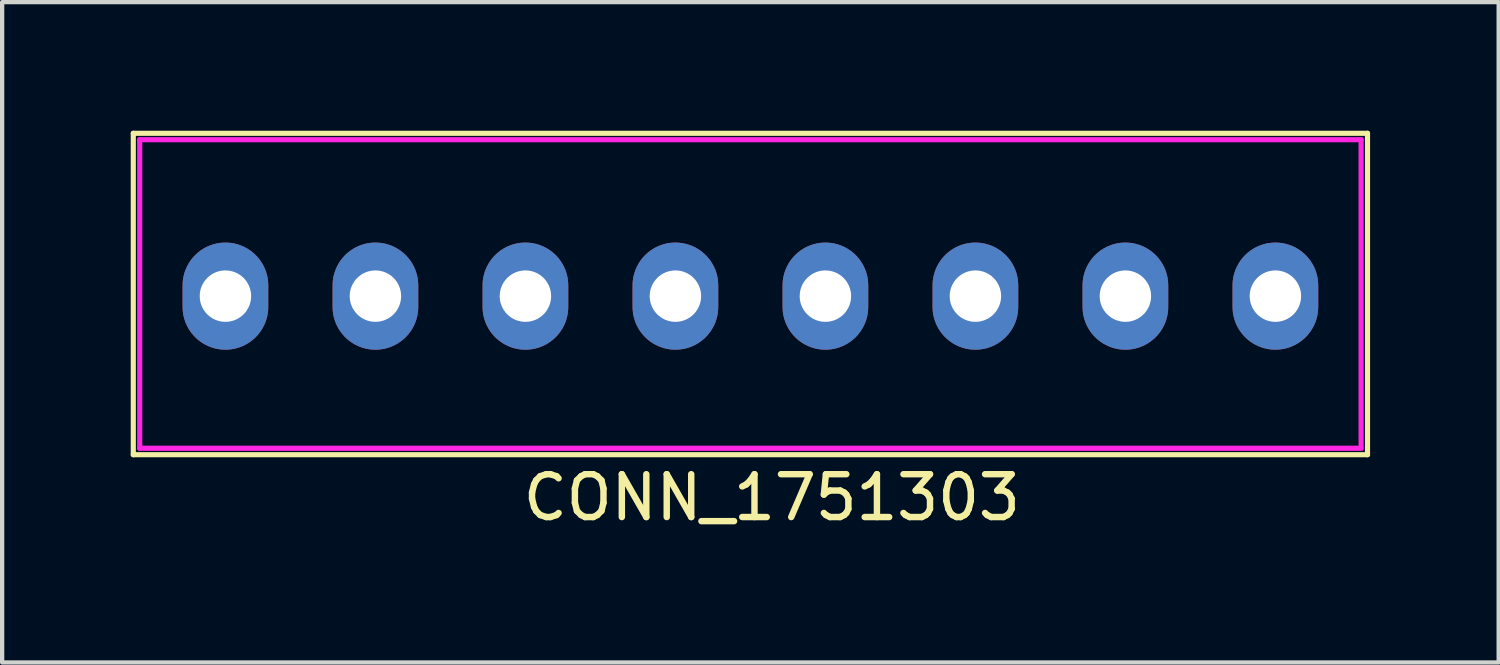
<source format=kicad_pcb>
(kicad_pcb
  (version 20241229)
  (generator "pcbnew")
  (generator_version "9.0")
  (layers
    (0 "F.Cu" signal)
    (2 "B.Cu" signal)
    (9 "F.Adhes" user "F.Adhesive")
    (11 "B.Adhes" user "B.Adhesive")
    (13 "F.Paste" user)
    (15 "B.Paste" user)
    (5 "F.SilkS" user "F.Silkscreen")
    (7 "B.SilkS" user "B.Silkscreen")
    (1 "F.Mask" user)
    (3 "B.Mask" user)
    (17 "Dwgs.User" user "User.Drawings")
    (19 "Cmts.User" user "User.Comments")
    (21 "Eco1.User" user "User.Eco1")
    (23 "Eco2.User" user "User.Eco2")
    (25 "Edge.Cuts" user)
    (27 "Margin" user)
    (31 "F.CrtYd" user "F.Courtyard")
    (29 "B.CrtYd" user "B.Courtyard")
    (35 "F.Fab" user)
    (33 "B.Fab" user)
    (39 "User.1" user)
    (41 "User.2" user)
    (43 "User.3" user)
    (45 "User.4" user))
  (footprint "CONN_1751303"
    (layer "F.Cu")
    (at 14.46 3.86)
    (property "Reference" "CONN_1751303" (at 0.5 4.7 0) (layer "F.SilkS") (effects (font (size 1 1) (thickness 0.15))))
    (attr through_hole)
    (fp_line (start -14.4 -3.8) (end 14.4 -3.8) (stroke (width 0.12) (type solid)) (layer "F.SilkS"))
    (fp_line (start -14.4 3.7) (end -14.4 -3.8) (stroke (width 0.12) (type solid)) (layer "F.SilkS"))
    (fp_line (start 14.4 -3.8) (end 14.4 3.7) (stroke (width 0.12) (type solid)) (layer "F.SilkS"))
    (fp_line (start 14.4 3.7) (end -14.4 3.7) (stroke (width 0.12) (type solid)) (layer "F.SilkS"))
    (fp_line (start -14.25 -3.65) (end -14.25 3.55) (stroke (width 0.12) (type solid)) (layer "F.CrtYd"))
    (fp_line (start -14.25 3.55) (end 14.25 3.55) (stroke (width 0.12) (type solid)) (layer "F.CrtYd"))
    (fp_line (start 14.25 -3.65) (end -14.25 -3.65) (stroke (width 0.12) (type solid)) (layer "F.CrtYd"))
    (fp_line (start 14.25 3.55) (end 14.25 -3.65) (stroke (width 0.12) (type solid)) (layer "F.CrtYd"))
    (pad "1" thru_hole oval (at -12.25 0) (size 2 2.5) (drill 1.2) (layers "*.Cu" "*.Mask"))
    (pad "2" thru_hole oval (at -8.75 0) (size 2 2.5) (drill 1.2) (layers "*.Cu" "*.Mask"))
    (pad "3" thru_hole oval (at -5.25 0) (size 2 2.5) (drill 1.2) (layers "*.Cu" "*.Mask"))
    (pad "4" thru_hole oval (at -1.75 0) (size 2 2.5) (drill 1.2) (layers "*.Cu" "*.Mask"))
    (pad "5" thru_hole oval (at 1.75 0) (size 2 2.5) (drill 1.2) (layers "*.Cu" "*.Mask"))
    (pad "6" thru_hole oval (at 5.25 0) (size 2 2.5) (drill 1.2) (layers "*.Cu" "*.Mask"))
    (pad "7" thru_hole oval (at 8.75 0) (size 2 2.5) (drill 1.2) (layers "*.Cu" "*.Mask"))
    (pad "8" thru_hole oval (at 12.25 0) (size 2 2.5) (drill 1.2) (layers "*.Cu" "*.Mask")))
  (gr_rect
    (start -3 -3)
    (end 31.92 12.408)
    (stroke (width 0.1) (type default))
    (fill no)
    (layer "Edge.Cuts")))
</source>
